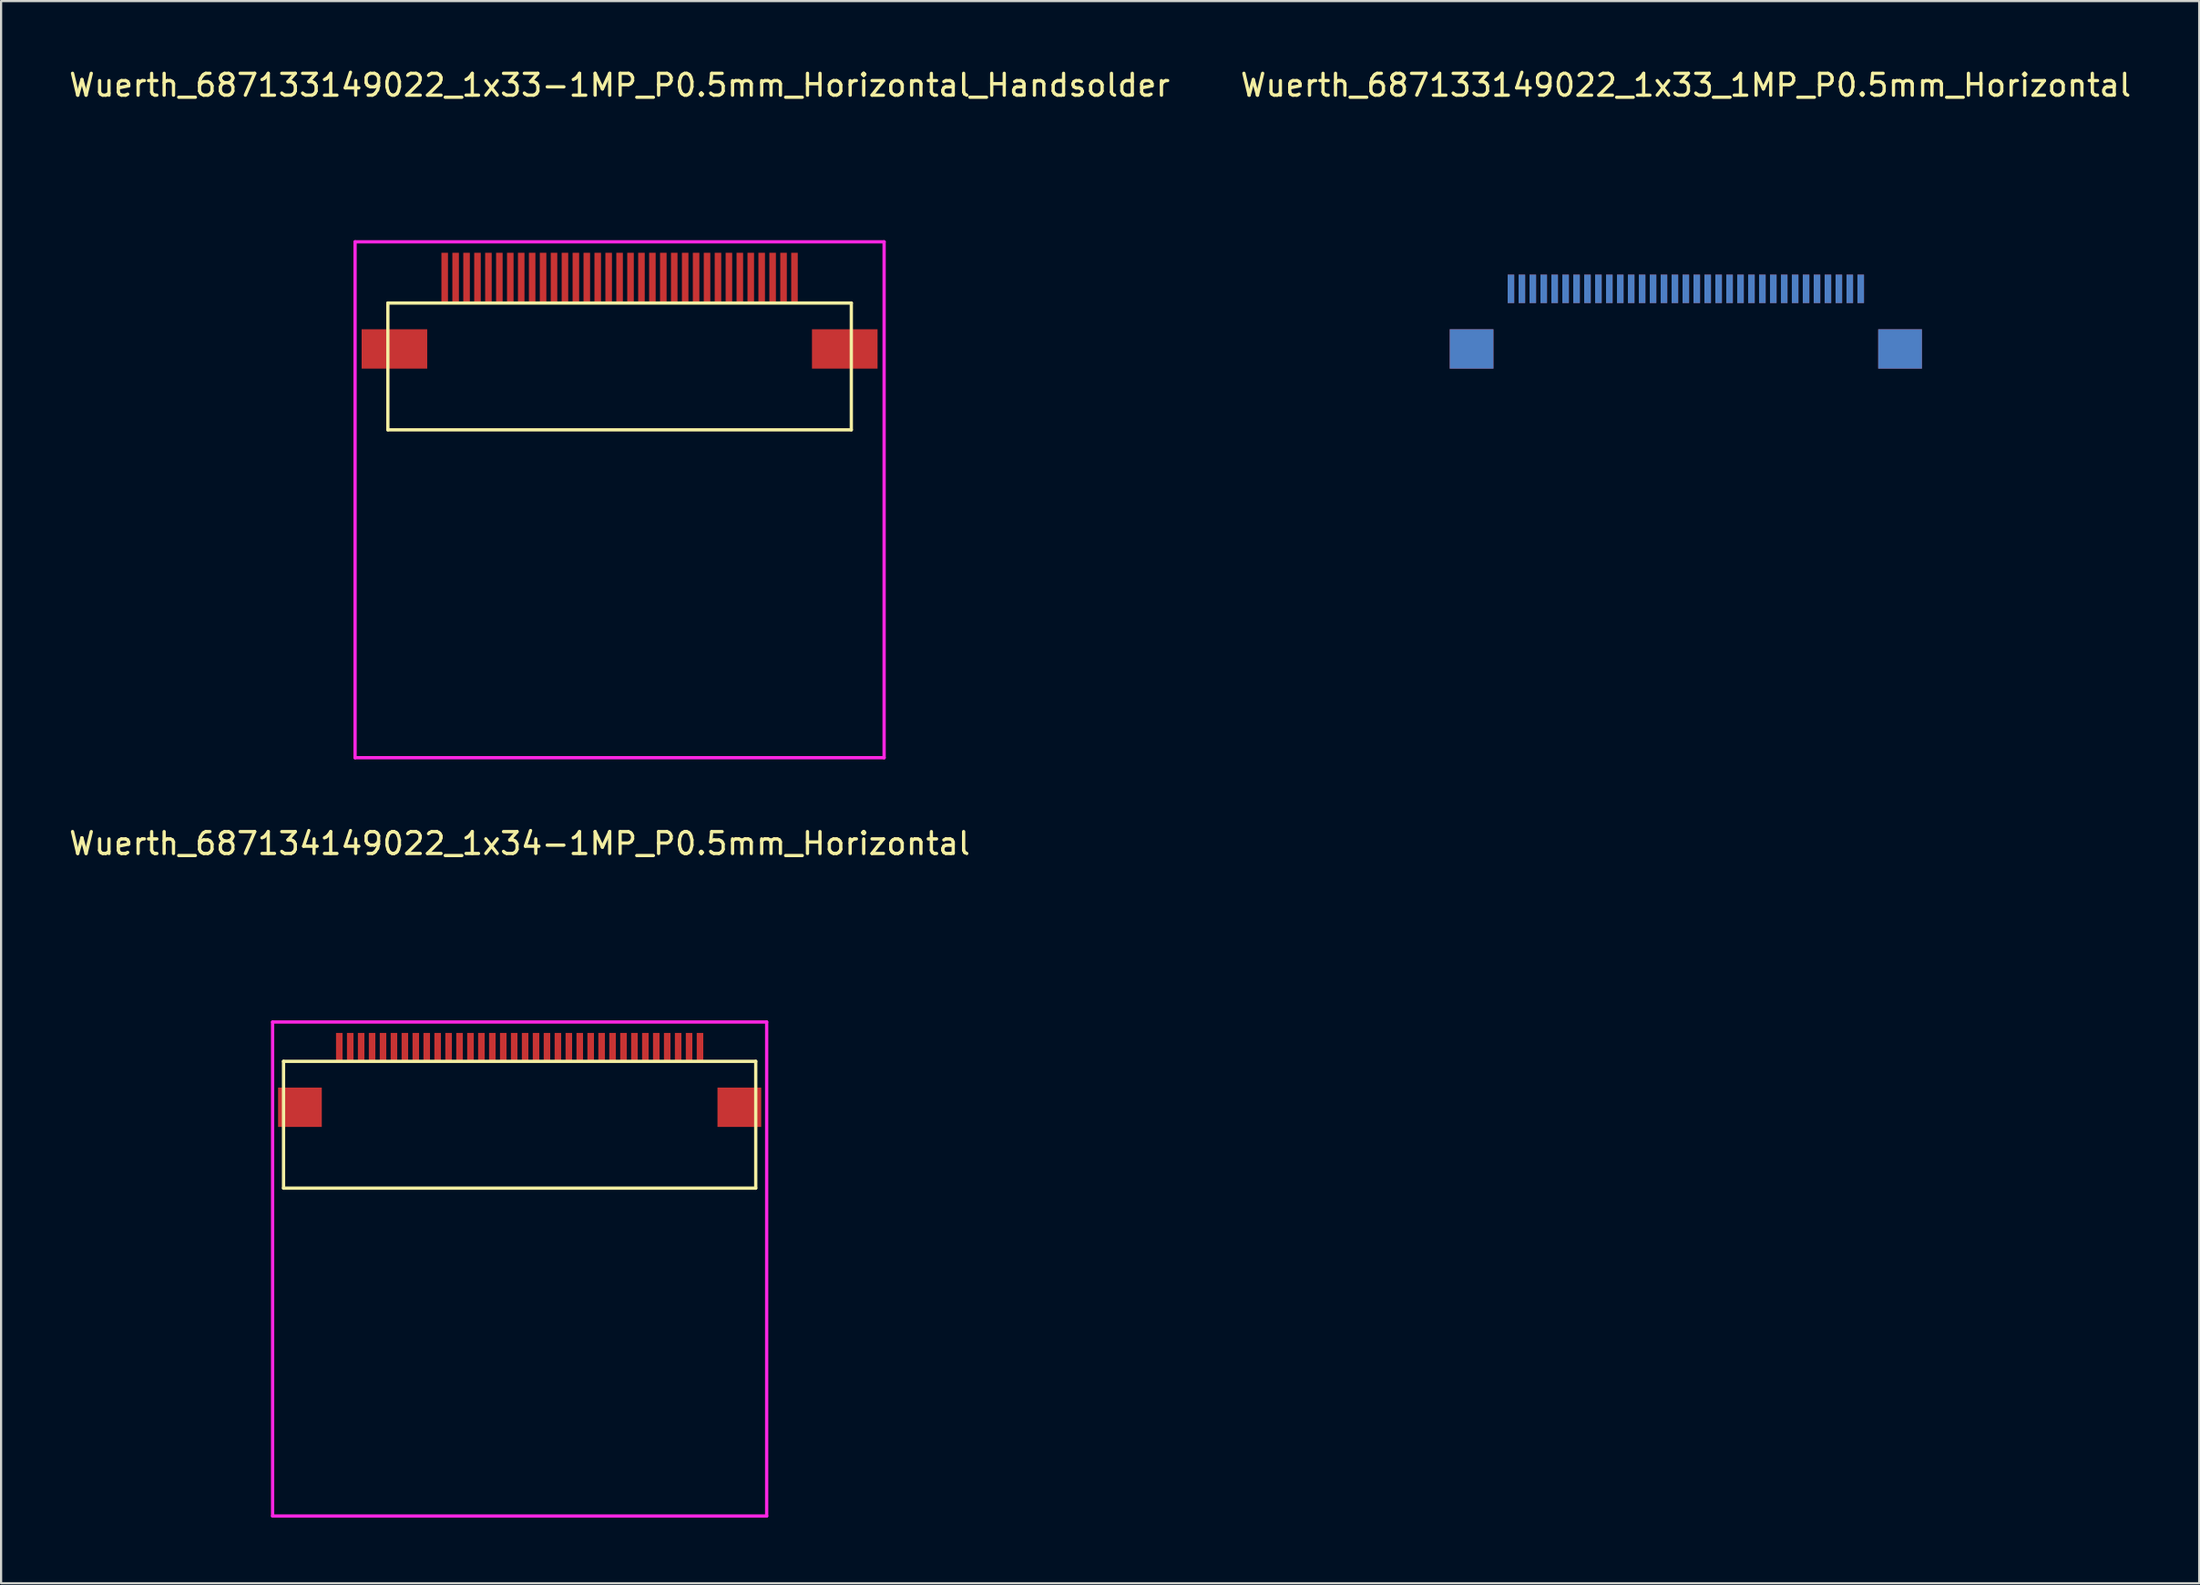
<source format=kicad_pcb>
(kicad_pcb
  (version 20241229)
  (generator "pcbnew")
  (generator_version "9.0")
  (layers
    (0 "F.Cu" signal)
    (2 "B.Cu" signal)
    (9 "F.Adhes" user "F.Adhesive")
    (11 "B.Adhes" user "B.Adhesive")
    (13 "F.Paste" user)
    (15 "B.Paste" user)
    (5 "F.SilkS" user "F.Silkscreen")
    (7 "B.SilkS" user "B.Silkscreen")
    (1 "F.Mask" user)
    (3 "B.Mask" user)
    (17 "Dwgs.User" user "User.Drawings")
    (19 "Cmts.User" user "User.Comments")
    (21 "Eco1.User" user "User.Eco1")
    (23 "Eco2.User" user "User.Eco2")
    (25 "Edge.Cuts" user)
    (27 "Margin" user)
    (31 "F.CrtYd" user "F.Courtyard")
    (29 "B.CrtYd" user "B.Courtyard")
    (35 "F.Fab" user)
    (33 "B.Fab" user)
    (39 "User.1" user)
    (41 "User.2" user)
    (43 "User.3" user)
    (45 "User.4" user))
  (footprint "Wuerth_687133149022_1x33-1MP_P0.5mm_Horizontal_Handsolder"
    (layer "F.Cu")
    (at 25.292 12.913)
    (property "Reference" "Wuerth_687133149022_1x33-1MP_P0.5mm_Horizontal_Handsolder" (at 0 -12.065 0) (layer "F.SilkS") (effects (font (size 1 1) (thickness 0.15))))
    (attr through_hole)
    (fp_line (start -10.6 -2.1) (end 10.6 -2.1) (stroke (width 0.15) (type solid)) (layer "F.SilkS"))
    (fp_line (start -10.6 3.7) (end -10.6 -2.1) (stroke (width 0.15) (type solid)) (layer "F.SilkS"))
    (fp_line (start 10.6 -2.1) (end 10.6 3.7) (stroke (width 0.15) (type solid)) (layer "F.SilkS"))
    (fp_line (start 10.6 3.7) (end -10.6 3.7) (stroke (width 0.15) (type solid)) (layer "F.SilkS"))
    (fp_line (start -12.1 -4.9) (end 12.1 -4.9) (stroke (width 0.15) (type solid)) (layer "F.CrtYd"))
    (fp_line (start -12.1 18.7) (end -12.1 -4.9) (stroke (width 0.15) (type solid)) (layer "F.CrtYd"))
    (fp_line (start 12.1 -4.9) (end 12.1 18.7) (stroke (width 0.15) (type solid)) (layer "F.CrtYd"))
    (fp_line (start 12.1 18.7) (end -12.1 18.7) (stroke (width 0.15) (type solid)) (layer "F.CrtYd"))
    (pad "1" smd rect (at -8 -3.25) (size 0.3 2.3) (layers "F.Cu" "F.Mask"))
    (pad "2" smd rect (at -7.5 -3.25) (size 0.3 2.3) (layers "F.Cu" "F.Mask"))
    (pad "3" smd rect (at -7 -3.25) (size 0.3 2.3) (layers "F.Cu" "F.Mask"))
    (pad "4" smd rect (at -6.5 -3.25) (size 0.3 2.3) (layers "F.Cu" "F.Mask"))
    (pad "5" smd rect (at -6 -3.25) (size 0.3 2.3) (layers "F.Cu" "F.Mask"))
    (pad "6" smd rect (at -5.5 -3.25) (size 0.3 2.3) (layers "F.Cu" "F.Mask"))
    (pad "7" smd rect (at -5 -3.25) (size 0.3 2.3) (layers "F.Cu" "F.Mask"))
    (pad "8" smd rect (at -4.5 -3.25) (size 0.3 2.3) (layers "F.Cu" "F.Mask"))
    (pad "9" smd rect (at -4 -3.25) (size 0.3 2.3) (layers "F.Cu" "F.Mask"))
    (pad "10" smd rect (at -3.5 -3.25) (size 0.3 2.3) (layers "F.Cu" "F.Mask"))
    (pad "11" smd rect (at -3 -3.25) (size 0.3 2.3) (layers "F.Cu" "F.Mask"))
    (pad "12" smd rect (at -2.5 -3.25) (size 0.3 2.3) (layers "F.Cu" "F.Mask"))
    (pad "13" smd rect (at -2 -3.25) (size 0.3 2.3) (layers "F.Cu" "F.Mask"))
    (pad "14" smd rect (at -1.5 -3.25) (size 0.3 2.3) (layers "F.Cu" "F.Mask"))
    (pad "15" smd rect (at -1 -3.25) (size 0.3 2.3) (layers "F.Cu" "F.Mask"))
    (pad "16" smd rect (at -0.5 -3.25) (size 0.3 2.3) (layers "F.Cu" "F.Mask"))
    (pad "17" smd rect (at 0 -3.25) (size 0.3 2.3) (layers "F.Cu" "F.Mask"))
    (pad "18" smd rect (at 0.5 -3.25) (size 0.3 2.3) (layers "F.Cu" "F.Mask"))
    (pad "19" smd rect (at 1 -3.25) (size 0.3 2.3) (layers "F.Cu" "F.Mask"))
    (pad "20" smd rect (at 1.5 -3.25) (size 0.3 2.3) (layers "F.Cu" "F.Mask"))
    (pad "21" smd rect (at 2 -3.25) (size 0.3 2.3) (layers "F.Cu" "F.Mask"))
    (pad "22" smd rect (at 2.5 -3.25) (size 0.3 2.3) (layers "F.Cu" "F.Mask"))
    (pad "23" smd rect (at 3 -3.25) (size 0.3 2.3) (layers "F.Cu" "F.Mask"))
    (pad "24" smd rect (at 3.5 -3.25) (size 0.3 2.3) (layers "F.Cu" "F.Mask"))
    (pad "25" smd rect (at 4 -3.25) (size 0.3 2.3) (layers "F.Cu" "F.Mask"))
    (pad "26" smd rect (at 4.5 -3.25) (size 0.3 2.3) (layers "F.Cu" "F.Mask"))
    (pad "27" smd rect (at 5 -3.25) (size 0.3 2.3) (layers "F.Cu" "F.Mask"))
    (pad "28" smd rect (at 5.5 -3.25) (size 0.3 2.3) (layers "F.Cu" "F.Mask"))
    (pad "29" smd rect (at 6 -3.25) (size 0.3 2.3) (layers "F.Cu" "F.Mask"))
    (pad "30" smd rect (at 6.5 -3.25) (size 0.3 2.3) (layers "F.Cu" "F.Mask"))
    (pad "31" smd rect (at 7 -3.25) (size 0.3 2.3) (layers "F.Cu" "F.Mask"))
    (pad "32" smd rect (at 7.5 -3.25) (size 0.3 2.3) (layers "F.Cu" "F.Mask"))
    (pad "33" smd rect (at 8 -3.25) (size 0.3 2.3) (layers "F.Cu" "F.Mask"))
    (pad "MP" smd rect (at -10.3 0) (size 3 1.8) (layers "F.Cu" "F.Mask"))
    (pad "MP" smd rect (at 10.3 0) (size 3 1.8) (layers "F.Cu" "F.Mask")))
  (footprint "Wuerth_687133149022_1x33_1MP_P0.5mm_Horizontal"
    (layer "F.Cu")
    (at 74.065 12.913)
    (property "Reference" "Wuerth_687133149022_1x33_1MP_P0.5mm_Horizontal" (at 0 -12.065 0) (layer "F.SilkS") (effects (font (size 1 1) (thickness 0.15))))
    (attr through_hole)
    (pad "1" smd rect (at -8 -2.75) (size 0.3 1.3) (layers "*.Cu" "*.Mask"))
    (pad "2" smd rect (at -7.5 -2.75) (size 0.3 1.3) (layers "*.Cu" "*.Mask"))
    (pad "3" smd rect (at -7 -2.75) (size 0.3 1.3) (layers "*.Cu" "*.Mask"))
    (pad "4" smd rect (at -6.5 -2.75) (size 0.3 1.3) (layers "*.Cu" "*.Mask"))
    (pad "5" smd rect (at -6 -2.75) (size 0.3 1.3) (layers "*.Cu" "*.Mask"))
    (pad "6" smd rect (at -5.5 -2.75) (size 0.3 1.3) (layers "*.Cu" "*.Mask"))
    (pad "7" smd rect (at -5 -2.75) (size 0.3 1.3) (layers "*.Cu" "*.Mask"))
    (pad "8" smd rect (at -4.5 -2.75) (size 0.3 1.3) (layers "*.Cu" "*.Mask"))
    (pad "9" smd rect (at -4 -2.75) (size 0.3 1.3) (layers "*.Cu" "*.Mask"))
    (pad "10" smd rect (at -3.5 -2.75) (size 0.3 1.3) (layers "*.Cu" "*.Mask"))
    (pad "11" smd rect (at -3 -2.75) (size 0.3 1.3) (layers "*.Cu" "*.Mask"))
    (pad "12" smd rect (at -2.5 -2.75) (size 0.3 1.3) (layers "*.Cu" "*.Mask"))
    (pad "13" smd rect (at -2 -2.75) (size 0.3 1.3) (layers "*.Cu" "*.Mask"))
    (pad "14" smd rect (at -1.5 -2.75) (size 0.3 1.3) (layers "*.Cu" "*.Mask"))
    (pad "15" smd rect (at -1 -2.75) (size 0.3 1.3) (layers "*.Cu" "*.Mask"))
    (pad "16" smd rect (at -0.5 -2.75) (size 0.3 1.3) (layers "*.Cu" "*.Mask"))
    (pad "17" smd rect (at 0 -2.75) (size 0.3 1.3) (layers "*.Cu" "*.Mask"))
    (pad "18" smd rect (at 0.5 -2.75) (size 0.3 1.3) (layers "*.Cu" "*.Mask"))
    (pad "19" smd rect (at 1 -2.75) (size 0.3 1.3) (layers "*.Cu" "*.Mask"))
    (pad "20" smd rect (at 1.5 -2.75) (size 0.3 1.3) (layers "*.Cu" "*.Mask"))
    (pad "21" smd rect (at 2 -2.75) (size 0.3 1.3) (layers "*.Cu" "*.Mask"))
    (pad "22" smd rect (at 2.5 -2.75) (size 0.3 1.3) (layers "*.Cu" "*.Mask"))
    (pad "23" smd rect (at 3 -2.75) (size 0.3 1.3) (layers "*.Cu" "*.Mask"))
    (pad "24" smd rect (at 3.5 -2.75) (size 0.3 1.3) (layers "*.Cu" "*.Mask"))
    (pad "25" smd rect (at 4 -2.75) (size 0.3 1.3) (layers "*.Cu" "*.Mask"))
    (pad "26" smd rect (at 4.5 -2.75) (size 0.3 1.3) (layers "*.Cu" "*.Mask"))
    (pad "27" smd rect (at 5 -2.75) (size 0.3 1.3) (layers "*.Cu" "*.Mask"))
    (pad "28" smd rect (at 5.5 -2.75) (size 0.3 1.3) (layers "*.Cu" "*.Mask"))
    (pad "29" smd rect (at 6 -2.75) (size 0.3 1.3) (layers "*.Cu" "*.Mask"))
    (pad "30" smd rect (at 6.5 -2.75) (size 0.3 1.3) (layers "*.Cu" "*.Mask"))
    (pad "31" smd rect (at 7 -2.75) (size 0.3 1.3) (layers "*.Cu" "*.Mask"))
    (pad "32" smd rect (at 7.5 -2.75) (size 0.3 1.3) (layers "*.Cu" "*.Mask"))
    (pad "33" smd rect (at 8 -2.75) (size 0.3 1.3) (layers "*.Cu" "*.Mask"))
    (pad "MP" smd rect (at -9.8 0) (size 2 1.8) (layers "*.Cu" "*.Mask"))
    (pad "MP" smd rect (at 9.8 0) (size 2 1.8) (layers "*.Cu" "*.Mask")))
  (footprint "Wuerth_687134149022_1x34-1MP_P0.5mm_Horizontal"
    (layer "F.Cu")
    (at 20.72 47.602)
    (property "Reference" "Wuerth_687134149022_1x34-1MP_P0.5mm_Horizontal" (at 0 -12.065 0) (layer "F.SilkS") (effects (font (size 1 1) (thickness 0.15))))
    (attr through_hole)
    (fp_line (start -10.8 -2.1) (end 10.8 -2.1) (stroke (width 0.15) (type solid)) (layer "F.SilkS"))
    (fp_line (start -10.8 3.7) (end -10.8 -2.1) (stroke (width 0.15) (type solid)) (layer "F.SilkS"))
    (fp_line (start 10.8 -2.1) (end 10.8 3.7) (stroke (width 0.15) (type solid)) (layer "F.SilkS"))
    (fp_line (start 10.8 3.7) (end -10.8 3.7) (stroke (width 0.15) (type solid)) (layer "F.SilkS"))
    (fp_line (start -11.3 -3.9) (end 11.3 -3.9) (stroke (width 0.15) (type solid)) (layer "F.CrtYd"))
    (fp_line (start -11.3 18.7) (end -11.3 -3.9) (stroke (width 0.15) (type solid)) (layer "F.CrtYd"))
    (fp_line (start 11.3 -3.9) (end 11.3 18.7) (stroke (width 0.15) (type solid)) (layer "F.CrtYd"))
    (fp_line (start 11.3 18.7) (end -11.3 18.7) (stroke (width 0.15) (type solid)) (layer "F.CrtYd"))
    (pad "1" smd rect (at -8.25 -2.75) (size 0.3 1.3) (layers "F.Cu" "F.Mask"))
    (pad "2" smd rect (at -7.75 -2.75) (size 0.3 1.3) (layers "F.Cu" "F.Mask"))
    (pad "3" smd rect (at -7.25 -2.75) (size 0.3 1.3) (layers "F.Cu" "F.Mask"))
    (pad "4" smd rect (at -6.75 -2.75) (size 0.3 1.3) (layers "F.Cu" "F.Mask"))
    (pad "5" smd rect (at -6.25 -2.75) (size 0.3 1.3) (layers "F.Cu" "F.Mask"))
    (pad "6" smd rect (at -5.75 -2.75) (size 0.3 1.3) (layers "F.Cu" "F.Mask"))
    (pad "7" smd rect (at -5.25 -2.75) (size 0.3 1.3) (layers "F.Cu" "F.Mask"))
    (pad "8" smd rect (at -4.75 -2.75) (size 0.3 1.3) (layers "F.Cu" "F.Mask"))
    (pad "9" smd rect (at -4.25 -2.75) (size 0.3 1.3) (layers "F.Cu" "F.Mask"))
    (pad "10" smd rect (at -3.75 -2.75) (size 0.3 1.3) (layers "F.Cu" "F.Mask"))
    (pad "11" smd rect (at -3.25 -2.75) (size 0.3 1.3) (layers "F.Cu" "F.Mask"))
    (pad "12" smd rect (at -2.75 -2.75) (size 0.3 1.3) (layers "F.Cu" "F.Mask"))
    (pad "13" smd rect (at -2.25 -2.75) (size 0.3 1.3) (layers "F.Cu" "F.Mask"))
    (pad "14" smd rect (at -1.75 -2.75) (size 0.3 1.3) (layers "F.Cu" "F.Mask"))
    (pad "15" smd rect (at -1.25 -2.75) (size 0.3 1.3) (layers "F.Cu" "F.Mask"))
    (pad "16" smd rect (at -0.75 -2.75) (size 0.3 1.3) (layers "F.Cu" "F.Mask"))
    (pad "17" smd rect (at -0.25 -2.75) (size 0.3 1.3) (layers "F.Cu" "F.Mask"))
    (pad "18" smd rect (at 0.25 -2.75) (size 0.3 1.3) (layers "F.Cu" "F.Mask"))
    (pad "19" smd rect (at 0.75 -2.75) (size 0.3 1.3) (layers "F.Cu" "F.Mask"))
    (pad "20" smd rect (at 1.25 -2.75) (size 0.3 1.3) (layers "F.Cu" "F.Mask"))
    (pad "21" smd rect (at 1.75 -2.75) (size 0.3 1.3) (layers "F.Cu" "F.Mask"))
    (pad "22" smd rect (at 2.25 -2.75) (size 0.3 1.3) (layers "F.Cu" "F.Mask"))
    (pad "23" smd rect (at 2.75 -2.75) (size 0.3 1.3) (layers "F.Cu" "F.Mask"))
    (pad "24" smd rect (at 3.25 -2.75) (size 0.3 1.3) (layers "F.Cu" "F.Mask"))
    (pad "25" smd rect (at 3.75 -2.75) (size 0.3 1.3) (layers "F.Cu" "F.Mask"))
    (pad "26" smd rect (at 4.25 -2.75) (size 0.3 1.3) (layers "F.Cu" "F.Mask"))
    (pad "27" smd rect (at 4.75 -2.75) (size 0.3 1.3) (layers "F.Cu" "F.Mask"))
    (pad "28" smd rect (at 5.25 -2.75) (size 0.3 1.3) (layers "F.Cu" "F.Mask"))
    (pad "29" smd rect (at 5.75 -2.75) (size 0.3 1.3) (layers "F.Cu" "F.Mask"))
    (pad "30" smd rect (at 6.25 -2.75) (size 0.3 1.3) (layers "F.Cu" "F.Mask"))
    (pad "31" smd rect (at 6.75 -2.75) (size 0.3 1.3) (layers "F.Cu" "F.Mask"))
    (pad "32" smd rect (at 7.25 -2.75) (size 0.3 1.3) (layers "F.Cu" "F.Mask"))
    (pad "33" smd rect (at 7.75 -2.75) (size 0.3 1.3) (layers "F.Cu" "F.Mask"))
    (pad "34" smd rect (at 8.25 -2.75) (size 0.3 1.3) (layers "F.Cu" "F.Mask"))
    (pad "MP" smd rect (at -10.05 0) (size 2 1.8) (layers "F.Cu" "F.Mask"))
    (pad "MP" smd rect (at 10.05 0) (size 2 1.8) (layers "F.Cu" "F.Mask")))
  (gr_rect
    (start -3 -3)
    (end 97.548 69.376)
    (stroke (width 0.1) (type default))
    (fill no)
    (layer "Edge.Cuts")))
</source>
